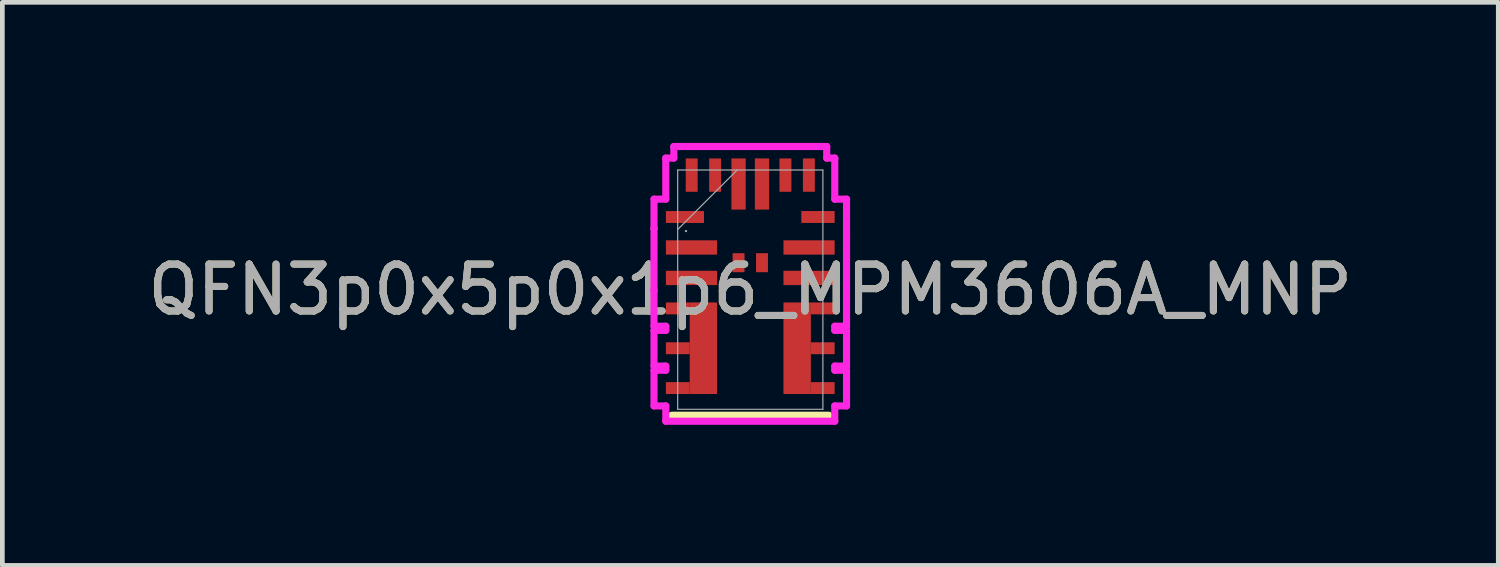
<source format=kicad_pcb>
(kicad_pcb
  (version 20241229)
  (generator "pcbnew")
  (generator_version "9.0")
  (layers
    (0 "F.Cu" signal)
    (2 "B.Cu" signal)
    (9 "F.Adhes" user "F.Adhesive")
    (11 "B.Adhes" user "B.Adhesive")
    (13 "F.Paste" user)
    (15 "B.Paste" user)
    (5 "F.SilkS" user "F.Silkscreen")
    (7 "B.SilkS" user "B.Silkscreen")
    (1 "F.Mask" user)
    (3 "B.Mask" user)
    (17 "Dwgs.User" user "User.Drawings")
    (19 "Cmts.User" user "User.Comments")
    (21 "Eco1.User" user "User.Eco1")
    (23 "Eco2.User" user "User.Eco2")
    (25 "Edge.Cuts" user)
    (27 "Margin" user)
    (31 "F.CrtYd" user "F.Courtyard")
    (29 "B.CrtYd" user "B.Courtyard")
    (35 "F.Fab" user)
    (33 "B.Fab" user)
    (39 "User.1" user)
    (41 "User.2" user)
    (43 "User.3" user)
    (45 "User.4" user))
  (footprint "QFN3p0x5p0x1p6_MPM3606A_MNP"
    (layer "F.Cu")
    (at 12.958 3.13)
    (property "Reference" "QFN3p0x5p0x1p6_MPM3606A_MNP" (at 0 0 0) (unlocked yes) (layer "F.SilkS") (effects (font (size 1 1) (thickness 0.15))))
    (attr smd)
    (fp_poly (pts (xy -1.292 0.273) (xy -0.708 0.273) (xy -0.708 2.227) (xy -1.292 2.227)) (stroke (width 0) (type solid)) (fill yes) (layer "F.Cu"))
    (fp_poly (pts (xy 1.292 2.227) (xy 0.708 2.227) (xy 0.708 0.273) (xy 1.292 0.273)) (stroke (width 0) (type solid)) (fill yes) (layer "F.Cu"))
    (fp_poly (pts (xy -1.292 0.273) (xy -0.708 0.273) (xy -0.708 2.227) (xy -1.292 2.227)) (stroke (width 0) (type solid)) (fill yes) (layer "F.Mask"))
    (fp_poly (pts (xy 1.292 2.227) (xy 0.708 2.227) (xy 0.708 0.273) (xy 1.292 0.273)) (stroke (width 0) (type solid)) (fill yes) (layer "F.Mask"))
    (fp_line (start 1.676 2.68) (end -1.676 2.68) (stroke (width 0.152) (type solid)) (layer "F.SilkS"))
    (fp_poly (pts (xy -1.292 0.273) (xy -0.708 0.273) (xy -0.708 2.227) (xy -1.292 2.227)) (stroke (width 0) (type solid)) (fill yes) (layer "F.Paste"))
    (fp_poly (pts (xy 1.292 2.227) (xy 0.708 2.227) (xy 0.708 0.273) (xy 1.292 0.273)) (stroke (width 0) (type solid)) (fill yes) (layer "F.Paste"))
    (fp_line (start -2.054 -1.931) (end -2.054 -1.306) (stroke (width 0.152) (type solid)) (layer "F.CrtYd"))
    (fp_line (start -2.054 -1.306) (end -2.054 -1.306) (stroke (width 0.152) (type solid)) (layer "F.CrtYd"))
    (fp_line (start -2.054 -1.306) (end -2.054 0.019) (stroke (width 0.152) (type solid)) (layer "F.CrtYd"))
    (fp_line (start -2.054 0.019) (end -2.054 0.019) (stroke (width 0.152) (type solid)) (layer "F.CrtYd"))
    (fp_line (start -2.054 0.019) (end -2.054 0.781) (stroke (width 0.152) (type solid)) (layer "F.CrtYd"))
    (fp_line (start -2.054 0.781) (end -1.803 0.781) (stroke (width 0.152) (type solid)) (layer "F.CrtYd"))
    (fp_line (start -2.054 0.869) (end -2.054 1.631) (stroke (width 0.152) (type solid)) (layer "F.CrtYd"))
    (fp_line (start -2.054 1.631) (end -1.803 1.631) (stroke (width 0.152) (type solid)) (layer "F.CrtYd"))
    (fp_line (start -2.054 1.719) (end -2.054 2.481) (stroke (width 0.152) (type solid)) (layer "F.CrtYd"))
    (fp_line (start -2.054 2.481) (end -1.803 2.481) (stroke (width 0.152) (type solid)) (layer "F.CrtYd"))
    (fp_line (start -1.803 -2.807) (end -1.803 -1.931) (stroke (width 0.152) (type solid)) (layer "F.CrtYd"))
    (fp_line (start -1.803 -1.931) (end -2.054 -1.931) (stroke (width 0.152) (type solid)) (layer "F.CrtYd"))
    (fp_line (start -1.803 0.781) (end -1.803 0.869) (stroke (width 0.152) (type solid)) (layer "F.CrtYd"))
    (fp_line (start -1.803 0.869) (end -2.054 0.869) (stroke (width 0.152) (type solid)) (layer "F.CrtYd"))
    (fp_line (start -1.803 1.631) (end -1.803 1.719) (stroke (width 0.152) (type solid)) (layer "F.CrtYd"))
    (fp_line (start -1.803 1.719) (end -2.054 1.719) (stroke (width 0.152) (type solid)) (layer "F.CrtYd"))
    (fp_line (start -1.803 2.481) (end -1.803 2.807) (stroke (width 0.152) (type solid)) (layer "F.CrtYd"))
    (fp_line (start -1.803 2.807) (end 1.803 2.807) (stroke (width 0.152) (type solid)) (layer "F.CrtYd"))
    (fp_line (start -1.631 -3.054) (end -1.631 -2.807) (stroke (width 0.152) (type solid)) (layer "F.CrtYd"))
    (fp_line (start -1.631 -2.807) (end -1.803 -2.807) (stroke (width 0.152) (type solid)) (layer "F.CrtYd"))
    (fp_line (start -0.369 -3.054) (end -0.369 -3.054) (stroke (width 0.152) (type solid)) (layer "F.CrtYd"))
    (fp_line (start -0.369 -3.054) (end -1.631 -3.054) (stroke (width 0.152) (type solid)) (layer "F.CrtYd"))
    (fp_line (start 0.656 -3.054) (end -0.369 -3.054) (stroke (width 0.152) (type solid)) (layer "F.CrtYd"))
    (fp_line (start 0.656 -3.054) (end 0.656 -3.054) (stroke (width 0.152) (type solid)) (layer "F.CrtYd"))
    (fp_line (start 1.631 -3.054) (end 0.656 -3.054) (stroke (width 0.152) (type solid)) (layer "F.CrtYd"))
    (fp_line (start 1.631 -2.807) (end 1.631 -3.054) (stroke (width 0.152) (type solid)) (layer "F.CrtYd"))
    (fp_line (start 1.803 -2.807) (end 1.631 -2.807) (stroke (width 0.152) (type solid)) (layer "F.CrtYd"))
    (fp_line (start 1.803 -1.931) (end 1.803 -2.807) (stroke (width 0.152) (type solid)) (layer "F.CrtYd"))
    (fp_line (start 1.803 0.781) (end 2.054 0.781) (stroke (width 0.152) (type solid)) (layer "F.CrtYd"))
    (fp_line (start 1.803 0.869) (end 1.803 0.781) (stroke (width 0.152) (type solid)) (layer "F.CrtYd"))
    (fp_line (start 1.803 1.631) (end 2.054 1.631) (stroke (width 0.152) (type solid)) (layer "F.CrtYd"))
    (fp_line (start 1.803 1.719) (end 1.803 1.631) (stroke (width 0.152) (type solid)) (layer "F.CrtYd"))
    (fp_line (start 1.803 2.481) (end 2.054 2.481) (stroke (width 0.152) (type solid)) (layer "F.CrtYd"))
    (fp_line (start 1.803 2.807) (end 1.803 2.481) (stroke (width 0.152) (type solid)) (layer "F.CrtYd"))
    (fp_line (start 2.054 -1.931) (end 1.803 -1.931) (stroke (width 0.152) (type solid)) (layer "F.CrtYd"))
    (fp_line (start 2.054 -1.169) (end 2.054 -1.931) (stroke (width 0.152) (type solid)) (layer "F.CrtYd"))
    (fp_line (start 2.054 0.156) (end 2.054 0.156) (stroke (width 0.152) (type solid)) (layer "F.CrtYd"))
    (fp_line (start 2.054 0.781) (end 2.054 0.156) (stroke (width 0.152) (type solid)) (layer "F.CrtYd"))
    (fp_line (start 2.054 0.869) (end 1.803 0.869) (stroke (width 0.152) (type solid)) (layer "F.CrtYd"))
    (fp_line (start 2.054 1.631) (end 2.054 0.869) (stroke (width 0.152) (type solid)) (layer "F.CrtYd"))
    (fp_line (start 2.054 1.719) (end 1.803 1.719) (stroke (width 0.152) (type solid)) (layer "F.CrtYd"))
    (fp_line (start 2.054 2.481) (end 2.054 1.719) (stroke (width 0.152) (type solid)) (layer "F.CrtYd"))
    (fp_line (start 2.054 -1.169) (end 2.054 -1.169) (stroke (width 0.152) (type solid)) (layer "F.CrtYd"))
    (fp_line (start 2.054 0.156) (end 2.054 -1.169) (stroke (width 0.152) (type solid)) (layer "F.CrtYd"))
    (fp_line (start -1.549 -2.553) (end -1.549 2.553) (stroke (width 0.025) (type solid)) (layer "F.Fab"))
    (fp_line (start -1.549 -1.283) (end -0.279 -2.553) (stroke (width 0.025) (type solid)) (layer "F.Fab"))
    (fp_line (start -1.549 2.553) (end 1.549 2.553) (stroke (width 0.025) (type solid)) (layer "F.Fab"))
    (fp_line (start 1.549 -2.553) (end -1.549 -2.553) (stroke (width 0.025) (type solid)) (layer "F.Fab"))
    (fp_line (start 1.549 2.553) (end 1.549 -2.553) (stroke (width 0.025) (type solid)) (layer "F.Fab"))
    (fp_circle (center -1.372 -1.25) (end -1.372 -1.25) (stroke (width 0.025) (type solid)) (fill no) (layer "F.Fab"))
    (fp_text user "${REFERENCE}" (at 0 0 0) (unlocked yes) (layer "F.Fab") (effects (font (size 1 1) (thickness 0.15))))
    (pad "1" smd rect (at -1.394 -1.55) (size 0.813 0.254) (layers "F.Cu" "F.Mask" "F.Paste"))
    (pad "2" smd rect (at -1.254 -0.9) (size 1.092 0.305) (layers "F.Cu" "F.Mask" "F.Paste"))
    (pad "3" smd rect (at -1.254 -0.25) (size 1.092 0.305) (layers "F.Cu" "F.Mask" "F.Paste"))
    (pad "4" smd rect (at -1.546 0.4) (size 0.508 0.254) (layers "F.Cu" "F.Mask" "F.Paste"))
    (pad "5" smd rect (at -1.546 1.25) (size 0.508 0.254) (layers "F.Cu" "F.Mask" "F.Paste"))
    (pad "6" smd rect (at -1.546 2.1) (size 0.508 0.254) (layers "F.Cu" "F.Mask" "F.Paste"))
    (pad "7" smd rect (at 1.546 2.1) (size 0.508 0.254) (layers "F.Cu" "F.Mask" "F.Paste"))
    (pad "8" smd rect (at 1.546 1.25) (size 0.508 0.254) (layers "F.Cu" "F.Mask" "F.Paste"))
    (pad "9" smd rect (at 1.546 0.4) (size 0.508 0.254) (layers "F.Cu" "F.Mask" "F.Paste"))
    (pad "10" smd rect (at 1.254 -0.25) (size 1.092 0.305) (layers "F.Cu" "F.Mask" "F.Paste"))
    (pad "11" smd rect (at 1.254 -0.9) (size 1.092 0.305) (layers "F.Cu" "F.Mask" "F.Paste"))
    (pad "12" smd rect (at 1.444 -1.55) (size 0.711 0.254) (layers "F.Cu" "F.Mask" "F.Paste"))
    (pad "13" smd rect (at 1.25 -2.444 90) (size 0.711 0.254) (layers "F.Cu" "F.Mask" "F.Paste"))
    (pad "14" smd rect (at 0.75 -2.444 90) (size 0.711 0.254) (layers "F.Cu" "F.Mask" "F.Paste"))
    (pad "15" smd rect (at 0.25 -2.254 90) (size 1.092 0.305) (layers "F.Cu" "F.Mask" "F.Paste"))
    (pad "16" smd rect (at -0.25 -2.254 90) (size 1.092 0.305) (layers "F.Cu" "F.Mask" "F.Paste"))
    (pad "17" smd rect (at -0.75 -2.444 90) (size 0.711 0.254) (layers "F.Cu" "F.Mask" "F.Paste"))
    (pad "18" smd rect (at -1.25 -2.444 90) (size 0.711 0.254) (layers "F.Cu" "F.Mask" "F.Paste"))
    (pad "19" smd rect (at -0.25 -0.575) (size 0.254 0.406) (layers "F.Cu" "F.Mask" "F.Paste"))
    (pad "20" smd rect (at 0.25 -0.575) (size 0.254 0.406) (layers "F.Cu" "F.Mask" "F.Paste"))
    (zone (net_name "") (layer "F.Cu") (hatch full 0.508) (connect_pads) (min_thickness 0.254) (filled_areas_thickness no) (keepout (tracks not_allowed) (vias not_allowed) (pads allowed) (copperpour not_allowed) (footprints allowed)) (placement (enabled no)) (fill) (polygon (pts (xy 13.533 2.16) (xy 12.383 2.16) (xy 12.383 2.95) (xy 13.533 2.95)))))
  (gr_rect
    (start -3 -3)
    (end 28.917 9.013)
    (stroke (width 0.1) (type default))
    (fill no)
    (layer "Edge.Cuts")))
</source>
